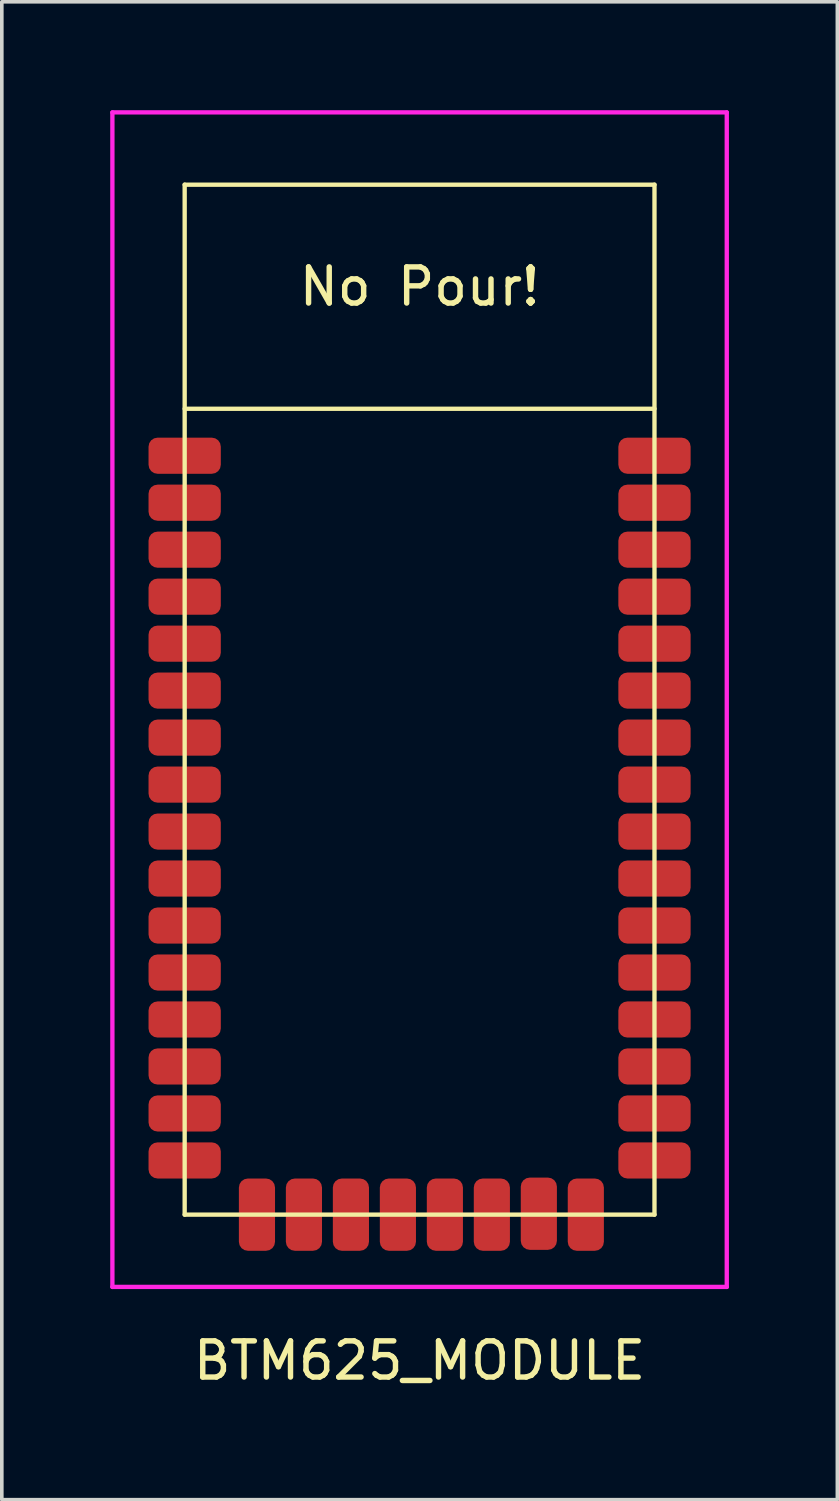
<source format=kicad_pcb>
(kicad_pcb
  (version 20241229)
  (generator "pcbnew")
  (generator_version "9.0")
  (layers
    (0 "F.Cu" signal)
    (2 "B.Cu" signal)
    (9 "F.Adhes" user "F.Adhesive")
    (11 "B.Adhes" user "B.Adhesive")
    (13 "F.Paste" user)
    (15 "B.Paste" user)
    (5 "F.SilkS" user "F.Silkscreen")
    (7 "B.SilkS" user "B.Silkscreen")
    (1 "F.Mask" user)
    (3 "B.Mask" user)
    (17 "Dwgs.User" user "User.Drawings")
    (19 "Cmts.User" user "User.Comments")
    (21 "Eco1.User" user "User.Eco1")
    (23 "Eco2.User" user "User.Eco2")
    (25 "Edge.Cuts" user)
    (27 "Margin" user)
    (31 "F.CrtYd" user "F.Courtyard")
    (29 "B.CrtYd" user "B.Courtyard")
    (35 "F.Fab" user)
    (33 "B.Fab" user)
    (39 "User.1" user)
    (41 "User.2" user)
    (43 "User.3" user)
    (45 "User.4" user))
  (footprint "BTM625_MODULE"
    (layer "F.Cu")
    (at 8.56 16.31)
    (property "Reference" "BTM625_MODULE" (at 0 18.288 0) (layer "F.SilkS") (effects (font (size 1 1) (thickness 0.15))))
    (attr through_hole)
    (fp_line (start -6.5 -14.25) (end -6.5 14.25) (stroke (width 0.12) (type solid)) (layer "F.SilkS"))
    (fp_line (start -6.5 -14.25) (end 6.5 -14.25) (stroke (width 0.12) (type solid)) (layer "F.SilkS"))
    (fp_line (start -6.5 -8.05) (end 6.5 -8.05) (stroke (width 0.12) (type solid)) (layer "F.SilkS"))
    (fp_line (start -6.5 14.25) (end 6.5 14.25) (stroke (width 0.12) (type solid)) (layer "F.SilkS"))
    (fp_line (start 6.5 -14.25) (end 6.5 14.25) (stroke (width 0.12) (type solid)) (layer "F.SilkS"))
    (fp_line (start -8.5 -16.25) (end 8.5 -16.25) (stroke (width 0.12) (type solid)) (layer "F.CrtYd"))
    (fp_line (start -8.5 16.25) (end -8.5 -16.25) (stroke (width 0.12) (type solid)) (layer "F.CrtYd"))
    (fp_line (start 8.5 -16.25) (end 8.5 16.25) (stroke (width 0.12) (type solid)) (layer "F.CrtYd"))
    (fp_line (start 8.5 16.25) (end -8.5 16.25) (stroke (width 0.12) (type solid)) (layer "F.CrtYd"))
    (fp_text user "No Pour!" (at 0 -11.43 0) (layer "F.SilkS") (effects (font (size 1 1) (thickness 0.15))))
    (pad "1" smd roundrect (at -6.5 -6.75) (size 2 1) (layers "F.Cu" "F.Mask" "F.Paste") (roundrect_rratio 0.25))
    (pad "2" smd roundrect (at -6.5 -5.45) (size 2 1) (layers "F.Cu" "F.Mask" "F.Paste") (roundrect_rratio 0.25))
    (pad "3" smd roundrect (at -6.5 -4.15) (size 2 1) (layers "F.Cu" "F.Mask" "F.Paste") (roundrect_rratio 0.25))
    (pad "4" smd roundrect (at -6.5 -2.85) (size 2 1) (layers "F.Cu" "F.Mask" "F.Paste") (roundrect_rratio 0.25))
    (pad "5" smd roundrect (at -6.5 -1.55) (size 2 1) (layers "F.Cu" "F.Mask" "F.Paste") (roundrect_rratio 0.25))
    (pad "6" smd roundrect (at -6.5 -0.25) (size 2 1) (layers "F.Cu" "F.Mask" "F.Paste") (roundrect_rratio 0.25))
    (pad "7" smd roundrect (at -6.5 1.05) (size 2 1) (layers "F.Cu" "F.Mask" "F.Paste") (roundrect_rratio 0.25))
    (pad "8" smd roundrect (at -6.5 2.35) (size 2 1) (layers "F.Cu" "F.Mask" "F.Paste") (roundrect_rratio 0.25))
    (pad "9" smd roundrect (at -6.5 3.65) (size 2 1) (layers "F.Cu" "F.Mask" "F.Paste") (roundrect_rratio 0.25))
    (pad "10" smd roundrect (at -6.5 4.95) (size 2 1) (layers "F.Cu" "F.Mask" "F.Paste") (roundrect_rratio 0.25))
    (pad "11" smd roundrect (at -6.5 6.25) (size 2 1) (layers "F.Cu" "F.Mask" "F.Paste") (roundrect_rratio 0.25))
    (pad "12" smd roundrect (at -6.5 7.55) (size 2 1) (layers "F.Cu" "F.Mask" "F.Paste") (roundrect_rratio 0.25))
    (pad "13" smd roundrect (at -6.5 8.85) (size 2 1) (layers "F.Cu" "F.Mask" "F.Paste") (roundrect_rratio 0.25))
    (pad "14" smd roundrect (at -6.5 10.15) (size 2 1) (layers "F.Cu" "F.Mask" "F.Paste") (roundrect_rratio 0.25))
    (pad "15" smd roundrect (at -6.5 11.45) (size 2 1) (layers "F.Cu" "F.Mask" "F.Paste") (roundrect_rratio 0.25))
    (pad "16" smd roundrect (at -6.5 12.75) (size 2 1) (layers "F.Cu" "F.Mask" "F.Paste") (roundrect_rratio 0.25))
    (pad "17" smd roundrect (at -4.5 14.25 270) (size 2 1) (layers "F.Cu" "F.Mask" "F.Paste") (roundrect_rratio 0.25))
    (pad "18" smd roundrect (at -3.2 14.25 270) (size 2 1) (layers "F.Cu" "F.Mask" "F.Paste") (roundrect_rratio 0.25))
    (pad "19" smd roundrect (at -1.9 14.25 270) (size 2 1) (layers "F.Cu" "F.Mask" "F.Paste") (roundrect_rratio 0.25))
    (pad "20" smd roundrect (at -0.6 14.25 270) (size 2 1) (layers "F.Cu" "F.Mask" "F.Paste") (roundrect_rratio 0.25))
    (pad "21" smd roundrect (at 0.7 14.25 270) (size 2 1) (layers "F.Cu" "F.Mask" "F.Paste") (roundrect_rratio 0.25))
    (pad "22" smd roundrect (at 2 14.25 270) (size 2 1) (layers "F.Cu" "F.Mask" "F.Paste") (roundrect_rratio 0.25))
    (pad "23" smd roundrect (at 3.3 14.224 270) (size 2 1) (layers "F.Cu" "F.Mask" "F.Paste") (roundrect_rratio 0.25))
    (pad "24" smd roundrect (at 4.6 14.25 270) (size 2 1) (layers "F.Cu" "F.Mask" "F.Paste") (roundrect_rratio 0.25))
    (pad "25" smd roundrect (at 6.5 12.75) (size 2 1) (layers "F.Cu" "F.Mask" "F.Paste") (roundrect_rratio 0.25))
    (pad "26" smd roundrect (at 6.5 11.45) (size 2 1) (layers "F.Cu" "F.Mask" "F.Paste") (roundrect_rratio 0.25))
    (pad "27" smd roundrect (at 6.5 10.15) (size 2 1) (layers "F.Cu" "F.Mask" "F.Paste") (roundrect_rratio 0.25))
    (pad "28" smd roundrect (at 6.5 8.85) (size 2 1) (layers "F.Cu" "F.Mask" "F.Paste") (roundrect_rratio 0.25))
    (pad "29" smd roundrect (at 6.5 7.55) (size 2 1) (layers "F.Cu" "F.Mask" "F.Paste") (roundrect_rratio 0.25))
    (pad "30" smd roundrect (at 6.5 6.25) (size 2 1) (layers "F.Cu" "F.Mask" "F.Paste") (roundrect_rratio 0.25))
    (pad "31" smd roundrect (at 6.5 4.95) (size 2 1) (layers "F.Cu" "F.Mask" "F.Paste") (roundrect_rratio 0.25))
    (pad "32" smd roundrect (at 6.5 3.65) (size 2 1) (layers "F.Cu" "F.Mask" "F.Paste") (roundrect_rratio 0.25))
    (pad "33" smd roundrect (at 6.5 2.35) (size 2 1) (layers "F.Cu" "F.Mask" "F.Paste") (roundrect_rratio 0.25))
    (pad "34" smd roundrect (at 6.5 1.05) (size 2 1) (layers "F.Cu" "F.Mask" "F.Paste") (roundrect_rratio 0.25))
    (pad "35" smd roundrect (at 6.5 -0.25) (size 2 1) (layers "F.Cu" "F.Mask" "F.Paste") (roundrect_rratio 0.25))
    (pad "36" smd roundrect (at 6.5 -1.55) (size 2 1) (layers "F.Cu" "F.Mask" "F.Paste") (roundrect_rratio 0.25))
    (pad "37" smd roundrect (at 6.5 -2.85) (size 2 1) (layers "F.Cu" "F.Mask" "F.Paste") (roundrect_rratio 0.25))
    (pad "38" smd roundrect (at 6.5 -4.15) (size 2 1) (layers "F.Cu" "F.Mask" "F.Paste") (roundrect_rratio 0.25))
    (pad "39" smd roundrect (at 6.5 -5.45) (size 2 1) (layers "F.Cu" "F.Mask" "F.Paste") (roundrect_rratio 0.25))
    (pad "40" smd roundrect (at 6.5 -6.75) (size 2 1) (layers "F.Cu" "F.Mask" "F.Paste") (roundrect_rratio 0.25)))
  (gr_rect
    (start -3 -3)
    (end 20.12 38.446)
    (stroke (width 0.1) (type default))
    (fill no)
    (layer "Edge.Cuts")))
</source>
